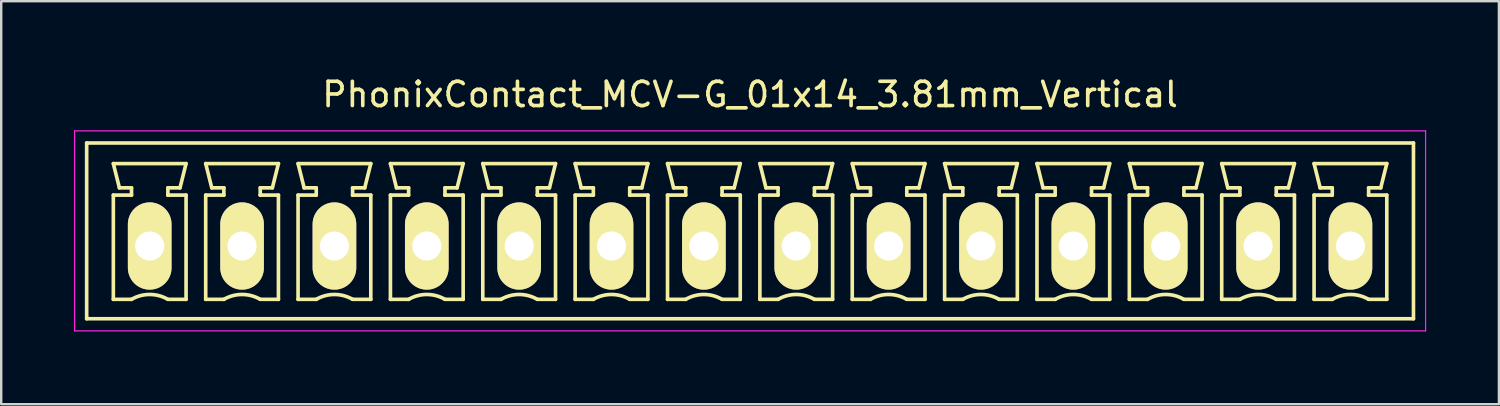
<source format=kicad_pcb>
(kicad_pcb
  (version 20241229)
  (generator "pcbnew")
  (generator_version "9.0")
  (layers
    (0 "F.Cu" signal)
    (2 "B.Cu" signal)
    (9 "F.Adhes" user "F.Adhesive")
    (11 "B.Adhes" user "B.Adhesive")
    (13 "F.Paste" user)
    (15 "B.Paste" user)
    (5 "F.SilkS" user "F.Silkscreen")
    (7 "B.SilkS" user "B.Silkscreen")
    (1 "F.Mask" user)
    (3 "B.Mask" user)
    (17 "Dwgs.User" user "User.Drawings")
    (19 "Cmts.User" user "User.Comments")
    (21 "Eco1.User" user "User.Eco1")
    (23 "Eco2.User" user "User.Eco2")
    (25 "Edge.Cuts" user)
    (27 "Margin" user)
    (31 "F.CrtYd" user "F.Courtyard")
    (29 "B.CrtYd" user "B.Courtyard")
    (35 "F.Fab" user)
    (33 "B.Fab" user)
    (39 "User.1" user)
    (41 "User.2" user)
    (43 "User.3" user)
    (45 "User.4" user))
  (footprint "PhonixContact_MCV-G_01x14_3.81mm_Vertical"
    (layer "F.Cu")
    (at 3.125 7.098)
    (property "Reference" "PhonixContact_MCV-G_01x14_3.81mm_Vertical" (at 24.765 -6.25 0) (layer "F.SilkS") (effects (font (size 1 1) (thickness 0.15))))
    (attr through_hole)
    (fp_line (start -2.6 -4.25) (end -2.6 3) (stroke (width 0.15) (type solid)) (layer "F.SilkS"))
    (fp_line (start -2.6 3) (end 52.13 3) (stroke (width 0.15) (type solid)) (layer "F.SilkS"))
    (fp_line (start -1.5 -3.4) (end 1.5 -3.4) (stroke (width 0.15) (type solid)) (layer "F.SilkS"))
    (fp_line (start -1.5 -2.1) (end -0.75 -2.1) (stroke (width 0.15) (type solid)) (layer "F.SilkS"))
    (fp_line (start -1.5 2.2) (end -1.5 -2.1) (stroke (width 0.15) (type solid)) (layer "F.SilkS"))
    (fp_line (start -1.25 -2.4) (end -1.5 -3.4) (stroke (width 0.15) (type solid)) (layer "F.SilkS"))
    (fp_line (start -0.75 -2.4) (end -1.25 -2.4) (stroke (width 0.15) (type solid)) (layer "F.SilkS"))
    (fp_line (start -0.75 -2.1) (end -0.75 -2.4) (stroke (width 0.15) (type solid)) (layer "F.SilkS"))
    (fp_line (start -0.75 2.2) (end -1.5 2.2) (stroke (width 0.15) (type solid)) (layer "F.SilkS"))
    (fp_line (start 0.75 -2.4) (end 0.75 -2.1) (stroke (width 0.15) (type solid)) (layer "F.SilkS"))
    (fp_line (start 0.75 -2.1) (end 0.75 -2.1) (stroke (width 0.15) (type solid)) (layer "F.SilkS"))
    (fp_line (start 0.75 -2.1) (end 1.5 -2.1) (stroke (width 0.15) (type solid)) (layer "F.SilkS"))
    (fp_line (start 1.25 -2.4) (end 0.75 -2.4) (stroke (width 0.15) (type solid)) (layer "F.SilkS"))
    (fp_line (start 1.5 -3.4) (end 1.25 -2.4) (stroke (width 0.15) (type solid)) (layer "F.SilkS"))
    (fp_line (start 1.5 -2.1) (end 1.5 2.2) (stroke (width 0.15) (type solid)) (layer "F.SilkS"))
    (fp_line (start 1.5 2.2) (end 0.75 2.2) (stroke (width 0.15) (type solid)) (layer "F.SilkS"))
    (fp_line (start 2.31 -3.4) (end 5.31 -3.4) (stroke (width 0.15) (type solid)) (layer "F.SilkS"))
    (fp_line (start 2.31 -2.1) (end 3.06 -2.1) (stroke (width 0.15) (type solid)) (layer "F.SilkS"))
    (fp_line (start 2.31 2.2) (end 2.31 -2.1) (stroke (width 0.15) (type solid)) (layer "F.SilkS"))
    (fp_line (start 2.56 -2.4) (end 2.31 -3.4) (stroke (width 0.15) (type solid)) (layer "F.SilkS"))
    (fp_line (start 3.06 -2.4) (end 2.56 -2.4) (stroke (width 0.15) (type solid)) (layer "F.SilkS"))
    (fp_line (start 3.06 -2.1) (end 3.06 -2.4) (stroke (width 0.15) (type solid)) (layer "F.SilkS"))
    (fp_line (start 3.06 2.2) (end 2.31 2.2) (stroke (width 0.15) (type solid)) (layer "F.SilkS"))
    (fp_line (start 4.56 -2.4) (end 4.56 -2.1) (stroke (width 0.15) (type solid)) (layer "F.SilkS"))
    (fp_line (start 4.56 -2.1) (end 4.56 -2.1) (stroke (width 0.15) (type solid)) (layer "F.SilkS"))
    (fp_line (start 4.56 -2.1) (end 5.31 -2.1) (stroke (width 0.15) (type solid)) (layer "F.SilkS"))
    (fp_line (start 5.06 -2.4) (end 4.56 -2.4) (stroke (width 0.15) (type solid)) (layer "F.SilkS"))
    (fp_line (start 5.31 -3.4) (end 5.06 -2.4) (stroke (width 0.15) (type solid)) (layer "F.SilkS"))
    (fp_line (start 5.31 -2.1) (end 5.31 2.2) (stroke (width 0.15) (type solid)) (layer "F.SilkS"))
    (fp_line (start 5.31 2.2) (end 4.56 2.2) (stroke (width 0.15) (type solid)) (layer "F.SilkS"))
    (fp_line (start 6.12 -3.4) (end 9.12 -3.4) (stroke (width 0.15) (type solid)) (layer "F.SilkS"))
    (fp_line (start 6.12 -2.1) (end 6.87 -2.1) (stroke (width 0.15) (type solid)) (layer "F.SilkS"))
    (fp_line (start 6.12 2.2) (end 6.12 -2.1) (stroke (width 0.15) (type solid)) (layer "F.SilkS"))
    (fp_line (start 6.37 -2.4) (end 6.12 -3.4) (stroke (width 0.15) (type solid)) (layer "F.SilkS"))
    (fp_line (start 6.87 -2.4) (end 6.37 -2.4) (stroke (width 0.15) (type solid)) (layer "F.SilkS"))
    (fp_line (start 6.87 -2.1) (end 6.87 -2.4) (stroke (width 0.15) (type solid)) (layer "F.SilkS"))
    (fp_line (start 6.87 2.2) (end 6.12 2.2) (stroke (width 0.15) (type solid)) (layer "F.SilkS"))
    (fp_line (start 8.37 -2.4) (end 8.37 -2.1) (stroke (width 0.15) (type solid)) (layer "F.SilkS"))
    (fp_line (start 8.37 -2.1) (end 8.37 -2.1) (stroke (width 0.15) (type solid)) (layer "F.SilkS"))
    (fp_line (start 8.37 -2.1) (end 9.12 -2.1) (stroke (width 0.15) (type solid)) (layer "F.SilkS"))
    (fp_line (start 8.87 -2.4) (end 8.37 -2.4) (stroke (width 0.15) (type solid)) (layer "F.SilkS"))
    (fp_line (start 9.12 -3.4) (end 8.87 -2.4) (stroke (width 0.15) (type solid)) (layer "F.SilkS"))
    (fp_line (start 9.12 -2.1) (end 9.12 2.2) (stroke (width 0.15) (type solid)) (layer "F.SilkS"))
    (fp_line (start 9.12 2.2) (end 8.37 2.2) (stroke (width 0.15) (type solid)) (layer "F.SilkS"))
    (fp_line (start 9.93 -3.4) (end 12.93 -3.4) (stroke (width 0.15) (type solid)) (layer "F.SilkS"))
    (fp_line (start 9.93 -2.1) (end 10.68 -2.1) (stroke (width 0.15) (type solid)) (layer "F.SilkS"))
    (fp_line (start 9.93 2.2) (end 9.93 -2.1) (stroke (width 0.15) (type solid)) (layer "F.SilkS"))
    (fp_line (start 10.18 -2.4) (end 9.93 -3.4) (stroke (width 0.15) (type solid)) (layer "F.SilkS"))
    (fp_line (start 10.68 -2.4) (end 10.18 -2.4) (stroke (width 0.15) (type solid)) (layer "F.SilkS"))
    (fp_line (start 10.68 -2.1) (end 10.68 -2.4) (stroke (width 0.15) (type solid)) (layer "F.SilkS"))
    (fp_line (start 10.68 2.2) (end 9.93 2.2) (stroke (width 0.15) (type solid)) (layer "F.SilkS"))
    (fp_line (start 12.18 -2.4) (end 12.18 -2.1) (stroke (width 0.15) (type solid)) (layer "F.SilkS"))
    (fp_line (start 12.18 -2.1) (end 12.18 -2.1) (stroke (width 0.15) (type solid)) (layer "F.SilkS"))
    (fp_line (start 12.18 -2.1) (end 12.93 -2.1) (stroke (width 0.15) (type solid)) (layer "F.SilkS"))
    (fp_line (start 12.68 -2.4) (end 12.18 -2.4) (stroke (width 0.15) (type solid)) (layer "F.SilkS"))
    (fp_line (start 12.93 -3.4) (end 12.68 -2.4) (stroke (width 0.15) (type solid)) (layer "F.SilkS"))
    (fp_line (start 12.93 -2.1) (end 12.93 2.2) (stroke (width 0.15) (type solid)) (layer "F.SilkS"))
    (fp_line (start 12.93 2.2) (end 12.18 2.2) (stroke (width 0.15) (type solid)) (layer "F.SilkS"))
    (fp_line (start 13.74 -3.4) (end 16.74 -3.4) (stroke (width 0.15) (type solid)) (layer "F.SilkS"))
    (fp_line (start 13.74 -2.1) (end 14.49 -2.1) (stroke (width 0.15) (type solid)) (layer "F.SilkS"))
    (fp_line (start 13.74 2.2) (end 13.74 -2.1) (stroke (width 0.15) (type solid)) (layer "F.SilkS"))
    (fp_line (start 13.99 -2.4) (end 13.74 -3.4) (stroke (width 0.15) (type solid)) (layer "F.SilkS"))
    (fp_line (start 14.49 -2.4) (end 13.99 -2.4) (stroke (width 0.15) (type solid)) (layer "F.SilkS"))
    (fp_line (start 14.49 -2.1) (end 14.49 -2.4) (stroke (width 0.15) (type solid)) (layer "F.SilkS"))
    (fp_line (start 14.49 2.2) (end 13.74 2.2) (stroke (width 0.15) (type solid)) (layer "F.SilkS"))
    (fp_line (start 15.99 -2.4) (end 15.99 -2.1) (stroke (width 0.15) (type solid)) (layer "F.SilkS"))
    (fp_line (start 15.99 -2.1) (end 15.99 -2.1) (stroke (width 0.15) (type solid)) (layer "F.SilkS"))
    (fp_line (start 15.99 -2.1) (end 16.74 -2.1) (stroke (width 0.15) (type solid)) (layer "F.SilkS"))
    (fp_line (start 16.49 -2.4) (end 15.99 -2.4) (stroke (width 0.15) (type solid)) (layer "F.SilkS"))
    (fp_line (start 16.74 -3.4) (end 16.49 -2.4) (stroke (width 0.15) (type solid)) (layer "F.SilkS"))
    (fp_line (start 16.74 -2.1) (end 16.74 2.2) (stroke (width 0.15) (type solid)) (layer "F.SilkS"))
    (fp_line (start 16.74 2.2) (end 15.99 2.2) (stroke (width 0.15) (type solid)) (layer "F.SilkS"))
    (fp_line (start 17.55 -3.4) (end 20.55 -3.4) (stroke (width 0.15) (type solid)) (layer "F.SilkS"))
    (fp_line (start 17.55 -2.1) (end 18.3 -2.1) (stroke (width 0.15) (type solid)) (layer "F.SilkS"))
    (fp_line (start 17.55 2.2) (end 17.55 -2.1) (stroke (width 0.15) (type solid)) (layer "F.SilkS"))
    (fp_line (start 17.8 -2.4) (end 17.55 -3.4) (stroke (width 0.15) (type solid)) (layer "F.SilkS"))
    (fp_line (start 18.3 -2.4) (end 17.8 -2.4) (stroke (width 0.15) (type solid)) (layer "F.SilkS"))
    (fp_line (start 18.3 -2.1) (end 18.3 -2.4) (stroke (width 0.15) (type solid)) (layer "F.SilkS"))
    (fp_line (start 18.3 2.2) (end 17.55 2.2) (stroke (width 0.15) (type solid)) (layer "F.SilkS"))
    (fp_line (start 19.8 -2.4) (end 19.8 -2.1) (stroke (width 0.15) (type solid)) (layer "F.SilkS"))
    (fp_line (start 19.8 -2.1) (end 19.8 -2.1) (stroke (width 0.15) (type solid)) (layer "F.SilkS"))
    (fp_line (start 19.8 -2.1) (end 20.55 -2.1) (stroke (width 0.15) (type solid)) (layer "F.SilkS"))
    (fp_line (start 20.3 -2.4) (end 19.8 -2.4) (stroke (width 0.15) (type solid)) (layer "F.SilkS"))
    (fp_line (start 20.55 -3.4) (end 20.3 -2.4) (stroke (width 0.15) (type solid)) (layer "F.SilkS"))
    (fp_line (start 20.55 -2.1) (end 20.55 2.2) (stroke (width 0.15) (type solid)) (layer "F.SilkS"))
    (fp_line (start 20.55 2.2) (end 19.8 2.2) (stroke (width 0.15) (type solid)) (layer "F.SilkS"))
    (fp_line (start 21.36 -3.4) (end 24.36 -3.4) (stroke (width 0.15) (type solid)) (layer "F.SilkS"))
    (fp_line (start 21.36 -2.1) (end 22.11 -2.1) (stroke (width 0.15) (type solid)) (layer "F.SilkS"))
    (fp_line (start 21.36 2.2) (end 21.36 -2.1) (stroke (width 0.15) (type solid)) (layer "F.SilkS"))
    (fp_line (start 21.61 -2.4) (end 21.36 -3.4) (stroke (width 0.15) (type solid)) (layer "F.SilkS"))
    (fp_line (start 22.11 -2.4) (end 21.61 -2.4) (stroke (width 0.15) (type solid)) (layer "F.SilkS"))
    (fp_line (start 22.11 -2.1) (end 22.11 -2.4) (stroke (width 0.15) (type solid)) (layer "F.SilkS"))
    (fp_line (start 22.11 2.2) (end 21.36 2.2) (stroke (width 0.15) (type solid)) (layer "F.SilkS"))
    (fp_line (start 23.61 -2.4) (end 23.61 -2.1) (stroke (width 0.15) (type solid)) (layer "F.SilkS"))
    (fp_line (start 23.61 -2.1) (end 23.61 -2.1) (stroke (width 0.15) (type solid)) (layer "F.SilkS"))
    (fp_line (start 23.61 -2.1) (end 24.36 -2.1) (stroke (width 0.15) (type solid)) (layer "F.SilkS"))
    (fp_line (start 24.11 -2.4) (end 23.61 -2.4) (stroke (width 0.15) (type solid)) (layer "F.SilkS"))
    (fp_line (start 24.36 -3.4) (end 24.11 -2.4) (stroke (width 0.15) (type solid)) (layer "F.SilkS"))
    (fp_line (start 24.36 -2.1) (end 24.36 2.2) (stroke (width 0.15) (type solid)) (layer "F.SilkS"))
    (fp_line (start 24.36 2.2) (end 23.61 2.2) (stroke (width 0.15) (type solid)) (layer "F.SilkS"))
    (fp_line (start 25.17 -3.4) (end 28.17 -3.4) (stroke (width 0.15) (type solid)) (layer "F.SilkS"))
    (fp_line (start 25.17 -2.1) (end 25.92 -2.1) (stroke (width 0.15) (type solid)) (layer "F.SilkS"))
    (fp_line (start 25.17 2.2) (end 25.17 -2.1) (stroke (width 0.15) (type solid)) (layer "F.SilkS"))
    (fp_line (start 25.42 -2.4) (end 25.17 -3.4) (stroke (width 0.15) (type solid)) (layer "F.SilkS"))
    (fp_line (start 25.92 -2.4) (end 25.42 -2.4) (stroke (width 0.15) (type solid)) (layer "F.SilkS"))
    (fp_line (start 25.92 -2.1) (end 25.92 -2.4) (stroke (width 0.15) (type solid)) (layer "F.SilkS"))
    (fp_line (start 25.92 2.2) (end 25.17 2.2) (stroke (width 0.15) (type solid)) (layer "F.SilkS"))
    (fp_line (start 27.42 -2.4) (end 27.42 -2.1) (stroke (width 0.15) (type solid)) (layer "F.SilkS"))
    (fp_line (start 27.42 -2.1) (end 27.42 -2.1) (stroke (width 0.15) (type solid)) (layer "F.SilkS"))
    (fp_line (start 27.42 -2.1) (end 28.17 -2.1) (stroke (width 0.15) (type solid)) (layer "F.SilkS"))
    (fp_line (start 27.92 -2.4) (end 27.42 -2.4) (stroke (width 0.15) (type solid)) (layer "F.SilkS"))
    (fp_line (start 28.17 -3.4) (end 27.92 -2.4) (stroke (width 0.15) (type solid)) (layer "F.SilkS"))
    (fp_line (start 28.17 -2.1) (end 28.17 2.2) (stroke (width 0.15) (type solid)) (layer "F.SilkS"))
    (fp_line (start 28.17 2.2) (end 27.42 2.2) (stroke (width 0.15) (type solid)) (layer "F.SilkS"))
    (fp_line (start 28.98 -3.4) (end 31.98 -3.4) (stroke (width 0.15) (type solid)) (layer "F.SilkS"))
    (fp_line (start 28.98 -2.1) (end 29.73 -2.1) (stroke (width 0.15) (type solid)) (layer "F.SilkS"))
    (fp_line (start 28.98 2.2) (end 28.98 -2.1) (stroke (width 0.15) (type solid)) (layer "F.SilkS"))
    (fp_line (start 29.23 -2.4) (end 28.98 -3.4) (stroke (width 0.15) (type solid)) (layer "F.SilkS"))
    (fp_line (start 29.73 -2.4) (end 29.23 -2.4) (stroke (width 0.15) (type solid)) (layer "F.SilkS"))
    (fp_line (start 29.73 -2.1) (end 29.73 -2.4) (stroke (width 0.15) (type solid)) (layer "F.SilkS"))
    (fp_line (start 29.73 2.2) (end 28.98 2.2) (stroke (width 0.15) (type solid)) (layer "F.SilkS"))
    (fp_line (start 31.23 -2.4) (end 31.23 -2.1) (stroke (width 0.15) (type solid)) (layer "F.SilkS"))
    (fp_line (start 31.23 -2.1) (end 31.23 -2.1) (stroke (width 0.15) (type solid)) (layer "F.SilkS"))
    (fp_line (start 31.23 -2.1) (end 31.98 -2.1) (stroke (width 0.15) (type solid)) (layer "F.SilkS"))
    (fp_line (start 31.73 -2.4) (end 31.23 -2.4) (stroke (width 0.15) (type solid)) (layer "F.SilkS"))
    (fp_line (start 31.98 -3.4) (end 31.73 -2.4) (stroke (width 0.15) (type solid)) (layer "F.SilkS"))
    (fp_line (start 31.98 -2.1) (end 31.98 2.2) (stroke (width 0.15) (type solid)) (layer "F.SilkS"))
    (fp_line (start 31.98 2.2) (end 31.23 2.2) (stroke (width 0.15) (type solid)) (layer "F.SilkS"))
    (fp_line (start 32.79 -3.4) (end 35.79 -3.4) (stroke (width 0.15) (type solid)) (layer "F.SilkS"))
    (fp_line (start 32.79 -2.1) (end 33.54 -2.1) (stroke (width 0.15) (type solid)) (layer "F.SilkS"))
    (fp_line (start 32.79 2.2) (end 32.79 -2.1) (stroke (width 0.15) (type solid)) (layer "F.SilkS"))
    (fp_line (start 33.04 -2.4) (end 32.79 -3.4) (stroke (width 0.15) (type solid)) (layer "F.SilkS"))
    (fp_line (start 33.54 -2.4) (end 33.04 -2.4) (stroke (width 0.15) (type solid)) (layer "F.SilkS"))
    (fp_line (start 33.54 -2.1) (end 33.54 -2.4) (stroke (width 0.15) (type solid)) (layer "F.SilkS"))
    (fp_line (start 33.54 2.2) (end 32.79 2.2) (stroke (width 0.15) (type solid)) (layer "F.SilkS"))
    (fp_line (start 35.04 -2.4) (end 35.04 -2.1) (stroke (width 0.15) (type solid)) (layer "F.SilkS"))
    (fp_line (start 35.04 -2.1) (end 35.04 -2.1) (stroke (width 0.15) (type solid)) (layer "F.SilkS"))
    (fp_line (start 35.04 -2.1) (end 35.79 -2.1) (stroke (width 0.15) (type solid)) (layer "F.SilkS"))
    (fp_line (start 35.54 -2.4) (end 35.04 -2.4) (stroke (width 0.15) (type solid)) (layer "F.SilkS"))
    (fp_line (start 35.79 -3.4) (end 35.54 -2.4) (stroke (width 0.15) (type solid)) (layer "F.SilkS"))
    (fp_line (start 35.79 -2.1) (end 35.79 2.2) (stroke (width 0.15) (type solid)) (layer "F.SilkS"))
    (fp_line (start 35.79 2.2) (end 35.04 2.2) (stroke (width 0.15) (type solid)) (layer "F.SilkS"))
    (fp_line (start 36.6 -3.4) (end 39.6 -3.4) (stroke (width 0.15) (type solid)) (layer "F.SilkS"))
    (fp_line (start 36.6 -2.1) (end 37.35 -2.1) (stroke (width 0.15) (type solid)) (layer "F.SilkS"))
    (fp_line (start 36.6 2.2) (end 36.6 -2.1) (stroke (width 0.15) (type solid)) (layer "F.SilkS"))
    (fp_line (start 36.85 -2.4) (end 36.6 -3.4) (stroke (width 0.15) (type solid)) (layer "F.SilkS"))
    (fp_line (start 37.35 -2.4) (end 36.85 -2.4) (stroke (width 0.15) (type solid)) (layer "F.SilkS"))
    (fp_line (start 37.35 -2.1) (end 37.35 -2.4) (stroke (width 0.15) (type solid)) (layer "F.SilkS"))
    (fp_line (start 37.35 2.2) (end 36.6 2.2) (stroke (width 0.15) (type solid)) (layer "F.SilkS"))
    (fp_line (start 38.85 -2.4) (end 38.85 -2.1) (stroke (width 0.15) (type solid)) (layer "F.SilkS"))
    (fp_line (start 38.85 -2.1) (end 38.85 -2.1) (stroke (width 0.15) (type solid)) (layer "F.SilkS"))
    (fp_line (start 38.85 -2.1) (end 39.6 -2.1) (stroke (width 0.15) (type solid)) (layer "F.SilkS"))
    (fp_line (start 39.35 -2.4) (end 38.85 -2.4) (stroke (width 0.15) (type solid)) (layer "F.SilkS"))
    (fp_line (start 39.6 -3.4) (end 39.35 -2.4) (stroke (width 0.15) (type solid)) (layer "F.SilkS"))
    (fp_line (start 39.6 -2.1) (end 39.6 2.2) (stroke (width 0.15) (type solid)) (layer "F.SilkS"))
    (fp_line (start 39.6 2.2) (end 38.85 2.2) (stroke (width 0.15) (type solid)) (layer "F.SilkS"))
    (fp_line (start 40.41 -3.4) (end 43.41 -3.4) (stroke (width 0.15) (type solid)) (layer "F.SilkS"))
    (fp_line (start 40.41 -2.1) (end 41.16 -2.1) (stroke (width 0.15) (type solid)) (layer "F.SilkS"))
    (fp_line (start 40.41 2.2) (end 40.41 -2.1) (stroke (width 0.15) (type solid)) (layer "F.SilkS"))
    (fp_line (start 40.66 -2.4) (end 40.41 -3.4) (stroke (width 0.15) (type solid)) (layer "F.SilkS"))
    (fp_line (start 41.16 -2.4) (end 40.66 -2.4) (stroke (width 0.15) (type solid)) (layer "F.SilkS"))
    (fp_line (start 41.16 -2.1) (end 41.16 -2.4) (stroke (width 0.15) (type solid)) (layer "F.SilkS"))
    (fp_line (start 41.16 2.2) (end 40.41 2.2) (stroke (width 0.15) (type solid)) (layer "F.SilkS"))
    (fp_line (start 42.66 -2.4) (end 42.66 -2.1) (stroke (width 0.15) (type solid)) (layer "F.SilkS"))
    (fp_line (start 42.66 -2.1) (end 42.66 -2.1) (stroke (width 0.15) (type solid)) (layer "F.SilkS"))
    (fp_line (start 42.66 -2.1) (end 43.41 -2.1) (stroke (width 0.15) (type solid)) (layer "F.SilkS"))
    (fp_line (start 43.16 -2.4) (end 42.66 -2.4) (stroke (width 0.15) (type solid)) (layer "F.SilkS"))
    (fp_line (start 43.41 -3.4) (end 43.16 -2.4) (stroke (width 0.15) (type solid)) (layer "F.SilkS"))
    (fp_line (start 43.41 -2.1) (end 43.41 2.2) (stroke (width 0.15) (type solid)) (layer "F.SilkS"))
    (fp_line (start 43.41 2.2) (end 42.66 2.2) (stroke (width 0.15) (type solid)) (layer "F.SilkS"))
    (fp_line (start 44.22 -3.4) (end 47.22 -3.4) (stroke (width 0.15) (type solid)) (layer "F.SilkS"))
    (fp_line (start 44.22 -2.1) (end 44.97 -2.1) (stroke (width 0.15) (type solid)) (layer "F.SilkS"))
    (fp_line (start 44.22 2.2) (end 44.22 -2.1) (stroke (width 0.15) (type solid)) (layer "F.SilkS"))
    (fp_line (start 44.47 -2.4) (end 44.22 -3.4) (stroke (width 0.15) (type solid)) (layer "F.SilkS"))
    (fp_line (start 44.97 -2.4) (end 44.47 -2.4) (stroke (width 0.15) (type solid)) (layer "F.SilkS"))
    (fp_line (start 44.97 -2.1) (end 44.97 -2.4) (stroke (width 0.15) (type solid)) (layer "F.SilkS"))
    (fp_line (start 44.97 2.2) (end 44.22 2.2) (stroke (width 0.15) (type solid)) (layer "F.SilkS"))
    (fp_line (start 46.47 -2.4) (end 46.47 -2.1) (stroke (width 0.15) (type solid)) (layer "F.SilkS"))
    (fp_line (start 46.47 -2.1) (end 46.47 -2.1) (stroke (width 0.15) (type solid)) (layer "F.SilkS"))
    (fp_line (start 46.47 -2.1) (end 47.22 -2.1) (stroke (width 0.15) (type solid)) (layer "F.SilkS"))
    (fp_line (start 46.97 -2.4) (end 46.47 -2.4) (stroke (width 0.15) (type solid)) (layer "F.SilkS"))
    (fp_line (start 47.22 -3.4) (end 46.97 -2.4) (stroke (width 0.15) (type solid)) (layer "F.SilkS"))
    (fp_line (start 47.22 -2.1) (end 47.22 2.2) (stroke (width 0.15) (type solid)) (layer "F.SilkS"))
    (fp_line (start 47.22 2.2) (end 46.47 2.2) (stroke (width 0.15) (type solid)) (layer "F.SilkS"))
    (fp_line (start 48.03 -3.4) (end 51.03 -3.4) (stroke (width 0.15) (type solid)) (layer "F.SilkS"))
    (fp_line (start 48.03 -2.1) (end 48.78 -2.1) (stroke (width 0.15) (type solid)) (layer "F.SilkS"))
    (fp_line (start 48.03 2.2) (end 48.03 -2.1) (stroke (width 0.15) (type solid)) (layer "F.SilkS"))
    (fp_line (start 48.28 -2.4) (end 48.03 -3.4) (stroke (width 0.15) (type solid)) (layer "F.SilkS"))
    (fp_line (start 48.78 -2.4) (end 48.28 -2.4) (stroke (width 0.15) (type solid)) (layer "F.SilkS"))
    (fp_line (start 48.78 -2.1) (end 48.78 -2.4) (stroke (width 0.15) (type solid)) (layer "F.SilkS"))
    (fp_line (start 48.78 2.2) (end 48.03 2.2) (stroke (width 0.15) (type solid)) (layer "F.SilkS"))
    (fp_line (start 50.28 -2.4) (end 50.28 -2.1) (stroke (width 0.15) (type solid)) (layer "F.SilkS"))
    (fp_line (start 50.28 -2.1) (end 50.28 -2.1) (stroke (width 0.15) (type solid)) (layer "F.SilkS"))
    (fp_line (start 50.28 -2.1) (end 51.03 -2.1) (stroke (width 0.15) (type solid)) (layer "F.SilkS"))
    (fp_line (start 50.78 -2.4) (end 50.28 -2.4) (stroke (width 0.15) (type solid)) (layer "F.SilkS"))
    (fp_line (start 51.03 -3.4) (end 50.78 -2.4) (stroke (width 0.15) (type solid)) (layer "F.SilkS"))
    (fp_line (start 51.03 -2.1) (end 51.03 2.2) (stroke (width 0.15) (type solid)) (layer "F.SilkS"))
    (fp_line (start 51.03 2.2) (end 50.28 2.2) (stroke (width 0.15) (type solid)) (layer "F.SilkS"))
    (fp_line (start 52.13 -4.25) (end -2.6 -4.25) (stroke (width 0.15) (type solid)) (layer "F.SilkS"))
    (fp_line (start 52.13 3) (end 52.13 -4.25) (stroke (width 0.15) (type solid)) (layer "F.SilkS"))
    (fp_arc (start -0.75 2.2) (mid -0.006068 1.999179) (end 0.739464 2.193978) (stroke (width 0.15) (type solid)) (layer "F.SilkS"))
    (fp_arc (start 3.06 2.2) (mid 3.803932 1.999179) (end 4.549464 2.193978) (stroke (width 0.15) (type solid)) (layer "F.SilkS"))
    (fp_arc (start 6.87 2.2) (mid 7.613932 1.999179) (end 8.359464 2.193978) (stroke (width 0.15) (type solid)) (layer "F.SilkS"))
    (fp_arc (start 10.68 2.2) (mid 11.423932 1.999179) (end 12.169464 2.193978) (stroke (width 0.15) (type solid)) (layer "F.SilkS"))
    (fp_arc (start 14.49 2.2) (mid 15.233932 1.999179) (end 15.979464 2.193978) (stroke (width 0.15) (type solid)) (layer "F.SilkS"))
    (fp_arc (start 18.3 2.2) (mid 19.043932 1.999179) (end 19.789464 2.193978) (stroke (width 0.15) (type solid)) (layer "F.SilkS"))
    (fp_arc (start 22.11 2.2) (mid 22.853932 1.999179) (end 23.599464 2.193978) (stroke (width 0.15) (type solid)) (layer "F.SilkS"))
    (fp_arc (start 25.92 2.2) (mid 26.663932 1.999179) (end 27.409464 2.193978) (stroke (width 0.15) (type solid)) (layer "F.SilkS"))
    (fp_arc (start 29.73 2.2) (mid 30.473932 1.999179) (end 31.219464 2.193978) (stroke (width 0.15) (type solid)) (layer "F.SilkS"))
    (fp_arc (start 33.54 2.2) (mid 34.283932 1.999179) (end 35.029464 2.193978) (stroke (width 0.15) (type solid)) (layer "F.SilkS"))
    (fp_arc (start 37.35 2.2) (mid 38.093932 1.999179) (end 38.839464 2.193978) (stroke (width 0.15) (type solid)) (layer "F.SilkS"))
    (fp_arc (start 41.16 2.2) (mid 41.903932 1.999179) (end 42.649464 2.193978) (stroke (width 0.15) (type solid)) (layer "F.SilkS"))
    (fp_arc (start 44.97 2.2) (mid 45.713932 1.999179) (end 46.459464 2.193978) (stroke (width 0.15) (type solid)) (layer "F.SilkS"))
    (fp_arc (start 48.78 2.2) (mid 49.523932 1.999179) (end 50.269464 2.193978) (stroke (width 0.15) (type solid)) (layer "F.SilkS"))
    (fp_line (start -3.1 -4.75) (end -3.1 3.5) (stroke (width 0.05) (type solid)) (layer "F.CrtYd"))
    (fp_line (start -3.1 3.5) (end 52.63 3.5) (stroke (width 0.05) (type solid)) (layer "F.CrtYd"))
    (fp_line (start 52.63 -4.75) (end -3.1 -4.75) (stroke (width 0.05) (type solid)) (layer "F.CrtYd"))
    (fp_line (start 52.63 3.5) (end 52.63 -4.75) (stroke (width 0.05) (type solid)) (layer "F.CrtYd"))
    (pad "1" thru_hole oval (at 0 0) (size 1.8 3.6) (drill 1.2) (layers "*.Cu" "*.Mask" "F.SilkS"))
    (pad "2" thru_hole oval (at 3.81 0) (size 1.8 3.6) (drill 1.2) (layers "*.Cu" "*.Mask" "F.SilkS"))
    (pad "3" thru_hole oval (at 7.62 0) (size 1.8 3.6) (drill 1.2) (layers "*.Cu" "*.Mask" "F.SilkS"))
    (pad "4" thru_hole oval (at 11.43 0) (size 1.8 3.6) (drill 1.2) (layers "*.Cu" "*.Mask" "F.SilkS"))
    (pad "5" thru_hole oval (at 15.24 0) (size 1.8 3.6) (drill 1.2) (layers "*.Cu" "*.Mask" "F.SilkS"))
    (pad "6" thru_hole oval (at 19.05 0) (size 1.8 3.6) (drill 1.2) (layers "*.Cu" "*.Mask" "F.SilkS"))
    (pad "7" thru_hole oval (at 22.86 0) (size 1.8 3.6) (drill 1.2) (layers "*.Cu" "*.Mask" "F.SilkS"))
    (pad "8" thru_hole oval (at 26.67 0) (size 1.8 3.6) (drill 1.2) (layers "*.Cu" "*.Mask" "F.SilkS"))
    (pad "9" thru_hole oval (at 30.48 0) (size 1.8 3.6) (drill 1.2) (layers "*.Cu" "*.Mask" "F.SilkS"))
    (pad "10" thru_hole oval (at 34.29 0) (size 1.8 3.6) (drill 1.2) (layers "*.Cu" "*.Mask" "F.SilkS"))
    (pad "11" thru_hole oval (at 38.1 0) (size 1.8 3.6) (drill 1.2) (layers "*.Cu" "*.Mask" "F.SilkS"))
    (pad "12" thru_hole oval (at 41.91 0) (size 1.8 3.6) (drill 1.2) (layers "*.Cu" "*.Mask" "F.SilkS"))
    (pad "13" thru_hole oval (at 45.72 0) (size 1.8 3.6) (drill 1.2) (layers "*.Cu" "*.Mask" "F.SilkS"))
    (pad "14" thru_hole oval (at 49.53 0) (size 1.8 3.6) (drill 1.2) (layers "*.Cu" "*.Mask" "F.SilkS")))
  (gr_rect
    (start -3 -3)
    (end 58.78 13.623)
    (stroke (width 0.1) (type default))
    (fill no)
    (layer "Edge.Cuts")))
</source>
